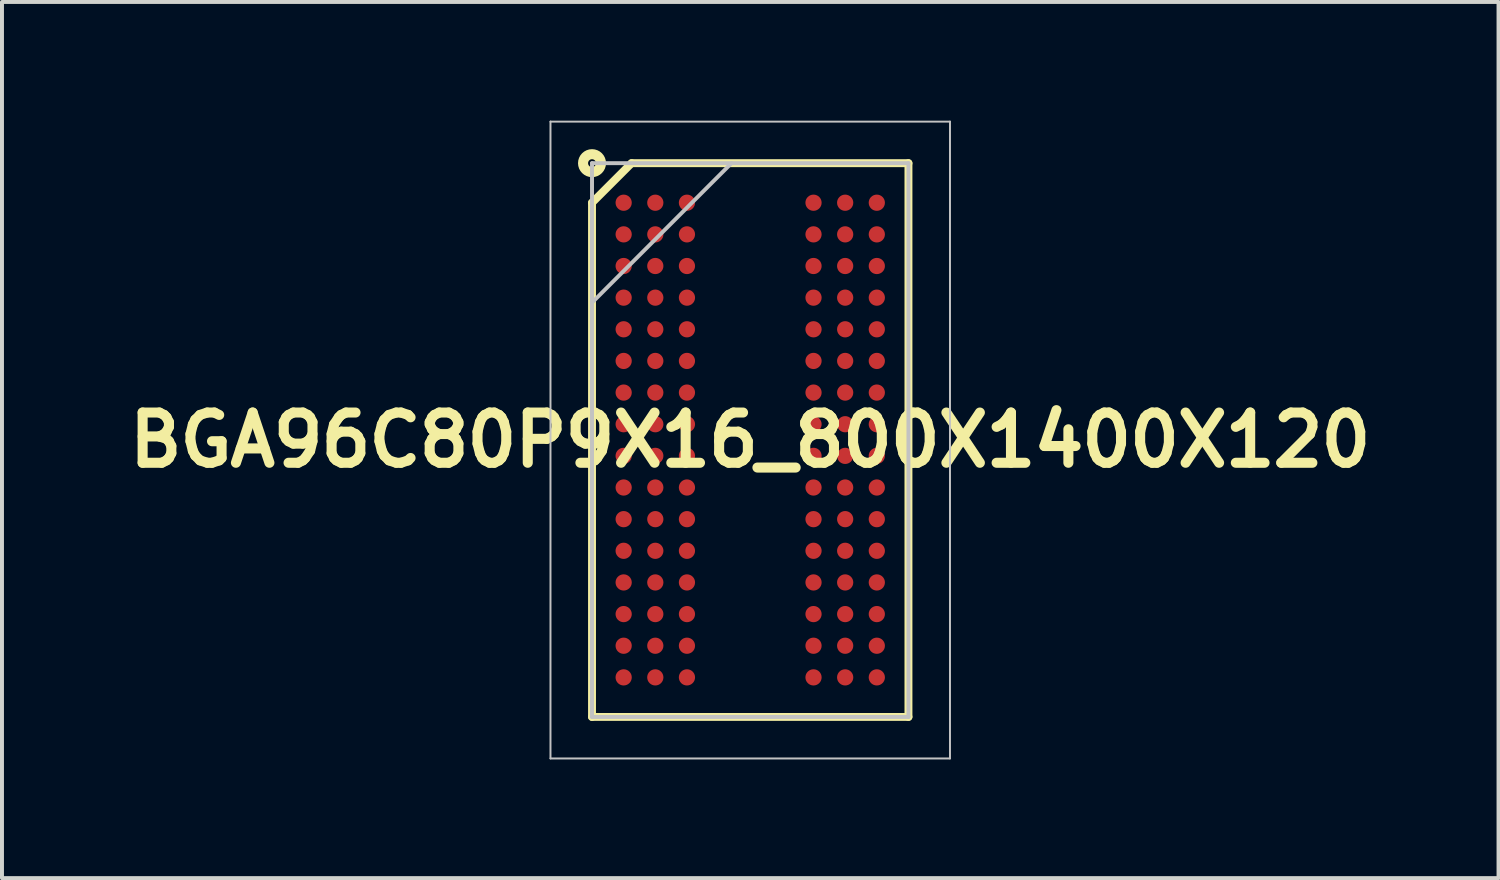
<source format=kicad_pcb>
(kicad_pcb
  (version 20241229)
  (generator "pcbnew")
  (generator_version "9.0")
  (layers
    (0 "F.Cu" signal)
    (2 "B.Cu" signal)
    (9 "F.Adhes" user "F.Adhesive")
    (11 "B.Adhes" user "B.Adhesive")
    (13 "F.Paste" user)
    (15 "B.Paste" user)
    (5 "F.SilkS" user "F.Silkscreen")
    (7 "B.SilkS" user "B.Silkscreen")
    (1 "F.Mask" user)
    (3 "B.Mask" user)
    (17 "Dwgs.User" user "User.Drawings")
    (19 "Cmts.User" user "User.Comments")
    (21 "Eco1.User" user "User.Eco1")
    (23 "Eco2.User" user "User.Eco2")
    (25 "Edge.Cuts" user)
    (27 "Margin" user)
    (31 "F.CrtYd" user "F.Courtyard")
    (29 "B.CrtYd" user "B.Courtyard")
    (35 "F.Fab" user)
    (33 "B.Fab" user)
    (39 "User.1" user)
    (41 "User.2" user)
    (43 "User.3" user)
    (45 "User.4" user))
  (footprint "BGA96C80P9X16_800X1400X120"
    (layer "F.Cu")
    (at 15.917 8.075)
    (property "Reference" "BGA96C80P9X16_800X1400X120" (at 0 0 0) (layer "F.SilkS") (effects (font (size 1.27 1.27) (thickness 0.254))))
    (attr smd)
    (fp_line (start -4 -6) (end -3 -7) (stroke (width 0.2) (type solid)) (layer "F.SilkS"))
    (fp_line (start -4 7) (end -4 -6) (stroke (width 0.2) (type solid)) (layer "F.SilkS"))
    (fp_line (start -3 -7) (end 4 -7) (stroke (width 0.2) (type solid)) (layer "F.SilkS"))
    (fp_line (start 4 -7) (end 4 7) (stroke (width 0.2) (type solid)) (layer "F.SilkS"))
    (fp_line (start 4 7) (end -4 7) (stroke (width 0.2) (type solid)) (layer "F.SilkS"))
    (fp_circle (center -4 -7) (end -3.9 -7) (stroke (width 0.254) (type solid)) (fill no) (layer "F.SilkS"))
    (fp_line (start -5.05 -8.05) (end 5.05 -8.05) (stroke (width 0.05) (type solid)) (layer "Dwgs.User"))
    (fp_line (start -5.05 8.05) (end -5.05 -8.05) (stroke (width 0.05) (type solid)) (layer "Dwgs.User"))
    (fp_line (start -4 -7) (end 4 -7) (stroke (width 0.1) (type solid)) (layer "Dwgs.User"))
    (fp_line (start -4 -3.475) (end -0.475 -7) (stroke (width 0.1) (type solid)) (layer "Dwgs.User"))
    (fp_line (start -4 7) (end -4 -7) (stroke (width 0.1) (type solid)) (layer "Dwgs.User"))
    (fp_line (start 4 -7) (end 4 7) (stroke (width 0.1) (type solid)) (layer "Dwgs.User"))
    (fp_line (start 4 7) (end -4 7) (stroke (width 0.1) (type solid)) (layer "Dwgs.User"))
    (fp_line (start 5.05 -8.05) (end 5.05 8.05) (stroke (width 0.05) (type solid)) (layer "Dwgs.User"))
    (fp_line (start 5.05 8.05) (end -5.05 8.05) (stroke (width 0.05) (type solid)) (layer "Dwgs.User"))
    (pad "A1" smd circle (at -3.2 -6 90) (size 0.41 0.41) (layers "F.Cu" "F.Mask" "F.Paste"))
    (pad "A2" smd circle (at -2.4 -6 90) (size 0.41 0.41) (layers "F.Cu" "F.Mask" "F.Paste"))
    (pad "A3" smd circle (at -1.6 -6 90) (size 0.41 0.41) (layers "F.Cu" "F.Mask" "F.Paste"))
    (pad "A7" smd circle (at 1.6 -6 90) (size 0.41 0.41) (layers "F.Cu" "F.Mask" "F.Paste"))
    (pad "A8" smd circle (at 2.4 -6 90) (size 0.41 0.41) (layers "F.Cu" "F.Mask" "F.Paste"))
    (pad "A9" smd circle (at 3.2 -6 90) (size 0.41 0.41) (layers "F.Cu" "F.Mask" "F.Paste"))
    (pad "B1" smd circle (at -3.2 -5.2 90) (size 0.41 0.41) (layers "F.Cu" "F.Mask" "F.Paste"))
    (pad "B2" smd circle (at -2.4 -5.2 90) (size 0.41 0.41) (layers "F.Cu" "F.Mask" "F.Paste"))
    (pad "B3" smd circle (at -1.6 -5.2 90) (size 0.41 0.41) (layers "F.Cu" "F.Mask" "F.Paste"))
    (pad "B7" smd circle (at 1.6 -5.2 90) (size 0.41 0.41) (layers "F.Cu" "F.Mask" "F.Paste"))
    (pad "B8" smd circle (at 2.4 -5.2 90) (size 0.41 0.41) (layers "F.Cu" "F.Mask" "F.Paste"))
    (pad "B9" smd circle (at 3.2 -5.2 90) (size 0.41 0.41) (layers "F.Cu" "F.Mask" "F.Paste"))
    (pad "C1" smd circle (at -3.2 -4.4 90) (size 0.41 0.41) (layers "F.Cu" "F.Mask" "F.Paste"))
    (pad "C2" smd circle (at -2.4 -4.4 90) (size 0.41 0.41) (layers "F.Cu" "F.Mask" "F.Paste"))
    (pad "C3" smd circle (at -1.6 -4.4 90) (size 0.41 0.41) (layers "F.Cu" "F.Mask" "F.Paste"))
    (pad "C7" smd circle (at 1.6 -4.4 90) (size 0.41 0.41) (layers "F.Cu" "F.Mask" "F.Paste"))
    (pad "C8" smd circle (at 2.4 -4.4 90) (size 0.41 0.41) (layers "F.Cu" "F.Mask" "F.Paste"))
    (pad "C9" smd circle (at 3.2 -4.4 90) (size 0.41 0.41) (layers "F.Cu" "F.Mask" "F.Paste"))
    (pad "D1" smd circle (at -3.2 -3.6 90) (size 0.41 0.41) (layers "F.Cu" "F.Mask" "F.Paste"))
    (pad "D2" smd circle (at -2.4 -3.6 90) (size 0.41 0.41) (layers "F.Cu" "F.Mask" "F.Paste"))
    (pad "D3" smd circle (at -1.6 -3.6 90) (size 0.41 0.41) (layers "F.Cu" "F.Mask" "F.Paste"))
    (pad "D7" smd circle (at 1.6 -3.6 90) (size 0.41 0.41) (layers "F.Cu" "F.Mask" "F.Paste"))
    (pad "D8" smd circle (at 2.4 -3.6 90) (size 0.41 0.41) (layers "F.Cu" "F.Mask" "F.Paste"))
    (pad "D9" smd circle (at 3.2 -3.6 90) (size 0.41 0.41) (layers "F.Cu" "F.Mask" "F.Paste"))
    (pad "E1" smd circle (at -3.2 -2.8 90) (size 0.41 0.41) (layers "F.Cu" "F.Mask" "F.Paste"))
    (pad "E2" smd circle (at -2.4 -2.8 90) (size 0.41 0.41) (layers "F.Cu" "F.Mask" "F.Paste"))
    (pad "E3" smd circle (at -1.6 -2.8 90) (size 0.41 0.41) (layers "F.Cu" "F.Mask" "F.Paste"))
    (pad "E7" smd circle (at 1.6 -2.8 90) (size 0.41 0.41) (layers "F.Cu" "F.Mask" "F.Paste"))
    (pad "E8" smd circle (at 2.4 -2.8 90) (size 0.41 0.41) (layers "F.Cu" "F.Mask" "F.Paste"))
    (pad "E9" smd circle (at 3.2 -2.8 90) (size 0.41 0.41) (layers "F.Cu" "F.Mask" "F.Paste"))
    (pad "F1" smd circle (at -3.2 -2 90) (size 0.41 0.41) (layers "F.Cu" "F.Mask" "F.Paste"))
    (pad "F2" smd circle (at -2.4 -2 90) (size 0.41 0.41) (layers "F.Cu" "F.Mask" "F.Paste"))
    (pad "F3" smd circle (at -1.6 -2 90) (size 0.41 0.41) (layers "F.Cu" "F.Mask" "F.Paste"))
    (pad "F7" smd circle (at 1.6 -2 90) (size 0.41 0.41) (layers "F.Cu" "F.Mask" "F.Paste"))
    (pad "F8" smd circle (at 2.4 -2 90) (size 0.41 0.41) (layers "F.Cu" "F.Mask" "F.Paste"))
    (pad "F9" smd circle (at 3.2 -2 90) (size 0.41 0.41) (layers "F.Cu" "F.Mask" "F.Paste"))
    (pad "G1" smd circle (at -3.2 -1.2 90) (size 0.41 0.41) (layers "F.Cu" "F.Mask" "F.Paste"))
    (pad "G2" smd circle (at -2.4 -1.2 90) (size 0.41 0.41) (layers "F.Cu" "F.Mask" "F.Paste"))
    (pad "G3" smd circle (at -1.6 -1.2 90) (size 0.41 0.41) (layers "F.Cu" "F.Mask" "F.Paste"))
    (pad "G7" smd circle (at 1.6 -1.2 90) (size 0.41 0.41) (layers "F.Cu" "F.Mask" "F.Paste"))
    (pad "G8" smd circle (at 2.4 -1.2 90) (size 0.41 0.41) (layers "F.Cu" "F.Mask" "F.Paste"))
    (pad "G9" smd circle (at 3.2 -1.2 90) (size 0.41 0.41) (layers "F.Cu" "F.Mask" "F.Paste"))
    (pad "H1" smd circle (at -3.2 -0.4 90) (size 0.41 0.41) (layers "F.Cu" "F.Mask" "F.Paste"))
    (pad "H2" smd circle (at -2.4 -0.4 90) (size 0.41 0.41) (layers "F.Cu" "F.Mask" "F.Paste"))
    (pad "H3" smd circle (at -1.6 -0.4 90) (size 0.41 0.41) (layers "F.Cu" "F.Mask" "F.Paste"))
    (pad "H7" smd circle (at 1.6 -0.4 90) (size 0.41 0.41) (layers "F.Cu" "F.Mask" "F.Paste"))
    (pad "H8" smd circle (at 2.4 -0.4 90) (size 0.41 0.41) (layers "F.Cu" "F.Mask" "F.Paste"))
    (pad "H9" smd circle (at 3.2 -0.4 90) (size 0.41 0.41) (layers "F.Cu" "F.Mask" "F.Paste"))
    (pad "J1" smd circle (at -3.2 0.4 90) (size 0.41 0.41) (layers "F.Cu" "F.Mask" "F.Paste"))
    (pad "J2" smd circle (at -2.4 0.4 90) (size 0.41 0.41) (layers "F.Cu" "F.Mask" "F.Paste"))
    (pad "J3" smd circle (at -1.6 0.4 90) (size 0.41 0.41) (layers "F.Cu" "F.Mask" "F.Paste"))
    (pad "J7" smd circle (at 1.6 0.4 90) (size 0.41 0.41) (layers "F.Cu" "F.Mask" "F.Paste"))
    (pad "J8" smd circle (at 2.4 0.4 90) (size 0.41 0.41) (layers "F.Cu" "F.Mask" "F.Paste"))
    (pad "J9" smd circle (at 3.2 0.4 90) (size 0.41 0.41) (layers "F.Cu" "F.Mask" "F.Paste"))
    (pad "K1" smd circle (at -3.2 1.2 90) (size 0.41 0.41) (layers "F.Cu" "F.Mask" "F.Paste"))
    (pad "K2" smd circle (at -2.4 1.2 90) (size 0.41 0.41) (layers "F.Cu" "F.Mask" "F.Paste"))
    (pad "K3" smd circle (at -1.6 1.2 90) (size 0.41 0.41) (layers "F.Cu" "F.Mask" "F.Paste"))
    (pad "K7" smd circle (at 1.6 1.2 90) (size 0.41 0.41) (layers "F.Cu" "F.Mask" "F.Paste"))
    (pad "K8" smd circle (at 2.4 1.2 90) (size 0.41 0.41) (layers "F.Cu" "F.Mask" "F.Paste"))
    (pad "K9" smd circle (at 3.2 1.2 90) (size 0.41 0.41) (layers "F.Cu" "F.Mask" "F.Paste"))
    (pad "L1" smd circle (at -3.2 2 90) (size 0.41 0.41) (layers "F.Cu" "F.Mask" "F.Paste"))
    (pad "L2" smd circle (at -2.4 2 90) (size 0.41 0.41) (layers "F.Cu" "F.Mask" "F.Paste"))
    (pad "L3" smd circle (at -1.6 2 90) (size 0.41 0.41) (layers "F.Cu" "F.Mask" "F.Paste"))
    (pad "L7" smd circle (at 1.6 2 90) (size 0.41 0.41) (layers "F.Cu" "F.Mask" "F.Paste"))
    (pad "L8" smd circle (at 2.4 2 90) (size 0.41 0.41) (layers "F.Cu" "F.Mask" "F.Paste"))
    (pad "L9" smd circle (at 3.2 2 90) (size 0.41 0.41) (layers "F.Cu" "F.Mask" "F.Paste"))
    (pad "M1" smd circle (at -3.2 2.8 90) (size 0.41 0.41) (layers "F.Cu" "F.Mask" "F.Paste"))
    (pad "M2" smd circle (at -2.4 2.8 90) (size 0.41 0.41) (layers "F.Cu" "F.Mask" "F.Paste"))
    (pad "M3" smd circle (at -1.6 2.8 90) (size 0.41 0.41) (layers "F.Cu" "F.Mask" "F.Paste"))
    (pad "M7" smd circle (at 1.6 2.8 90) (size 0.41 0.41) (layers "F.Cu" "F.Mask" "F.Paste"))
    (pad "M8" smd circle (at 2.4 2.8 90) (size 0.41 0.41) (layers "F.Cu" "F.Mask" "F.Paste"))
    (pad "M9" smd circle (at 3.2 2.8 90) (size 0.41 0.41) (layers "F.Cu" "F.Mask" "F.Paste"))
    (pad "N1" smd circle (at -3.2 3.6 90) (size 0.41 0.41) (layers "F.Cu" "F.Mask" "F.Paste"))
    (pad "N2" smd circle (at -2.4 3.6 90) (size 0.41 0.41) (layers "F.Cu" "F.Mask" "F.Paste"))
    (pad "N3" smd circle (at -1.6 3.6 90) (size 0.41 0.41) (layers "F.Cu" "F.Mask" "F.Paste"))
    (pad "N7" smd circle (at 1.6 3.6 90) (size 0.41 0.41) (layers "F.Cu" "F.Mask" "F.Paste"))
    (pad "N8" smd circle (at 2.4 3.6 90) (size 0.41 0.41) (layers "F.Cu" "F.Mask" "F.Paste"))
    (pad "N9" smd circle (at 3.2 3.6 90) (size 0.41 0.41) (layers "F.Cu" "F.Mask" "F.Paste"))
    (pad "P1" smd circle (at -3.2 4.4 90) (size 0.41 0.41) (layers "F.Cu" "F.Mask" "F.Paste"))
    (pad "P2" smd circle (at -2.4 4.4 90) (size 0.41 0.41) (layers "F.Cu" "F.Mask" "F.Paste"))
    (pad "P3" smd circle (at -1.6 4.4 90) (size 0.41 0.41) (layers "F.Cu" "F.Mask" "F.Paste"))
    (pad "P7" smd circle (at 1.6 4.4 90) (size 0.41 0.41) (layers "F.Cu" "F.Mask" "F.Paste"))
    (pad "P8" smd circle (at 2.4 4.4 90) (size 0.41 0.41) (layers "F.Cu" "F.Mask" "F.Paste"))
    (pad "P9" smd circle (at 3.2 4.4 90) (size 0.41 0.41) (layers "F.Cu" "F.Mask" "F.Paste"))
    (pad "R1" smd circle (at -3.2 5.2 90) (size 0.41 0.41) (layers "F.Cu" "F.Mask" "F.Paste"))
    (pad "R2" smd circle (at -2.4 5.2 90) (size 0.41 0.41) (layers "F.Cu" "F.Mask" "F.Paste"))
    (pad "R3" smd circle (at -1.6 5.2 90) (size 0.41 0.41) (layers "F.Cu" "F.Mask" "F.Paste"))
    (pad "R7" smd circle (at 1.6 5.2 90) (size 0.41 0.41) (layers "F.Cu" "F.Mask" "F.Paste"))
    (pad "R8" smd circle (at 2.4 5.2 90) (size 0.41 0.41) (layers "F.Cu" "F.Mask" "F.Paste"))
    (pad "R9" smd circle (at 3.2 5.2 90) (size 0.41 0.41) (layers "F.Cu" "F.Mask" "F.Paste"))
    (pad "T1" smd circle (at -3.2 6 90) (size 0.41 0.41) (layers "F.Cu" "F.Mask" "F.Paste"))
    (pad "T2" smd circle (at -2.4 6 90) (size 0.41 0.41) (layers "F.Cu" "F.Mask" "F.Paste"))
    (pad "T3" smd circle (at -1.6 6 90) (size 0.41 0.41) (layers "F.Cu" "F.Mask" "F.Paste"))
    (pad "T7" smd circle (at 1.6 6 90) (size 0.41 0.41) (layers "F.Cu" "F.Mask" "F.Paste"))
    (pad "T8" smd circle (at 2.4 6 90) (size 0.41 0.41) (layers "F.Cu" "F.Mask" "F.Paste"))
    (pad "T9" smd circle (at 3.2 6 90) (size 0.41 0.41) (layers "F.Cu" "F.Mask" "F.Paste")))
  (gr_rect
    (start -3 -3)
    (end 34.835 19.15)
    (stroke (width 0.1) (type default))
    (fill no)
    (layer "Edge.Cuts")))
</source>
